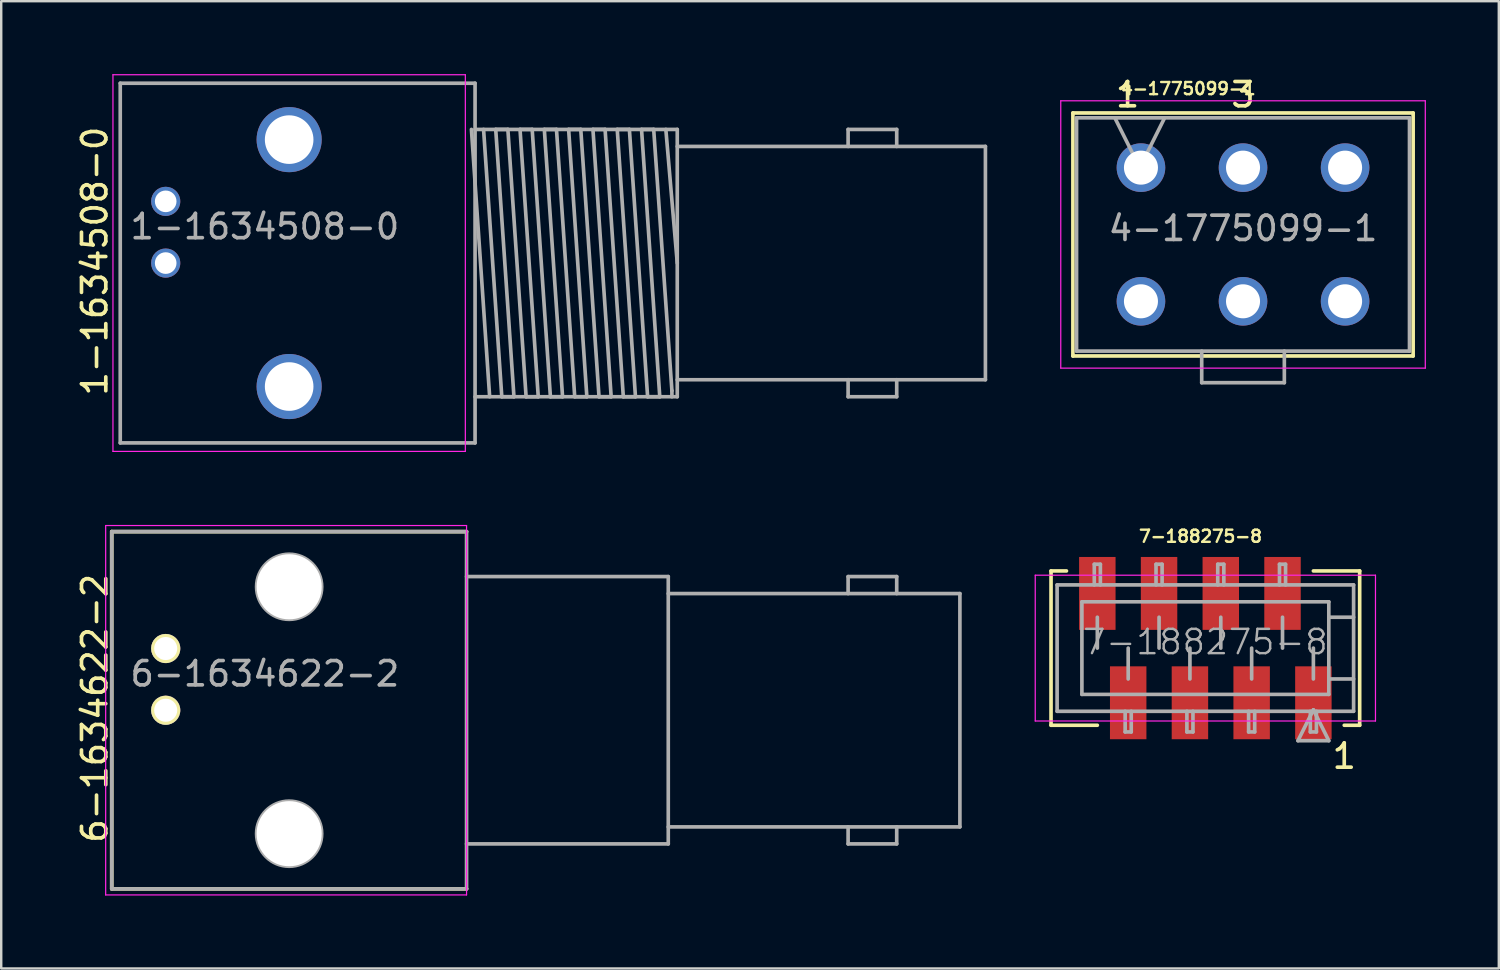
<source format=kicad_pcb>
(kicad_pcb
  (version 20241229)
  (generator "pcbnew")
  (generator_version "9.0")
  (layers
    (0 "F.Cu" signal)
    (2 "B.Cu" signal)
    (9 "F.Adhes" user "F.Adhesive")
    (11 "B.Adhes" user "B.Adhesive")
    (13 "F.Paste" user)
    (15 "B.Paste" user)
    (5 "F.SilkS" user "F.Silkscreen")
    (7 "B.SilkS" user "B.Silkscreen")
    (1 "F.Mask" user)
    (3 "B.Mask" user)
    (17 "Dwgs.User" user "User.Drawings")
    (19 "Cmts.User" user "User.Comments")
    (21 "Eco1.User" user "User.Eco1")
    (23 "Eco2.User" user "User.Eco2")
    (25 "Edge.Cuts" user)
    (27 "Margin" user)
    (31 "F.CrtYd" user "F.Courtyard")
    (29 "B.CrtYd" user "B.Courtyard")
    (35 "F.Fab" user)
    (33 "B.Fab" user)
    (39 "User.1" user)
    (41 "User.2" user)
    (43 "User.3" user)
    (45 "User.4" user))
  (footprint "4-1775099-1"
    (layer "F.Cu")
    (at 48.098 6.598)
    (property "Reference" "4-1775099-1" (at -2.25 -6 0) (layer "F.SilkS") (effects (font (size 0.5 0.5) (thickness 0.1))))
    (attr through_hole)
    (fp_line (start -7 -5) (end -7 5) (stroke (width 0.15) (type solid)) (layer "F.SilkS"))
    (fp_line (start -7 -5) (end 7 -5) (stroke (width 0.15) (type solid)) (layer "F.SilkS"))
    (fp_line (start -7 5) (end 7 5) (stroke (width 0.15) (type solid)) (layer "F.SilkS"))
    (fp_line (start 7 -5) (end 7 5) (stroke (width 0.15) (type solid)) (layer "F.SilkS"))
    (fp_line (start -7.5 -5.5) (end -7.5 5.5) (stroke (width 0.05) (type solid)) (layer "F.CrtYd"))
    (fp_line (start -7.5 5.5) (end 7.5 5.5) (stroke (width 0.05) (type solid)) (layer "F.CrtYd"))
    (fp_line (start 7.5 -5.5) (end -7.5 -5.5) (stroke (width 0.05) (type solid)) (layer "F.CrtYd"))
    (fp_line (start 7.5 5.5) (end 7.5 -5.5) (stroke (width 0.05) (type solid)) (layer "F.CrtYd"))
    (fp_line (start -6.85 -4.8) (end -6.85 4.8) (stroke (width 0.15) (type solid)) (layer "F.Fab"))
    (fp_line (start -6.85 4.8) (end 6.85 4.8) (stroke (width 0.15) (type solid)) (layer "F.Fab"))
    (fp_line (start -5.25 -4.75) (end -3.25 -4.75) (stroke (width 0.01) (type solid)) (layer "F.Fab"))
    (fp_line (start -4.25 -2.75) (end -5.25 -4.75) (stroke (width 0.15) (type solid)) (layer "F.Fab"))
    (fp_line (start -3.25 -4.75) (end -4.25 -2.75) (stroke (width 0.15) (type solid)) (layer "F.Fab"))
    (fp_line (start -1.7 4.8) (end -1.7 6.1) (stroke (width 0.15) (type solid)) (layer "F.Fab"))
    (fp_line (start -1.7 6.1) (end 1.7 6.1) (stroke (width 0.15) (type solid)) (layer "F.Fab"))
    (fp_line (start 1.7 4.8) (end 1.7 6.1) (stroke (width 0.15) (type solid)) (layer "F.Fab"))
    (fp_line (start 6.85 -4.8) (end -6.85 -4.8) (stroke (width 0.15) (type solid)) (layer "F.Fab"))
    (fp_line (start 6.85 -4.8) (end 6.85 4.8) (stroke (width 0.15) (type solid)) (layer "F.Fab"))
    (fp_text user "3" (at 0 -5.75 0) (layer "F.SilkS") (effects (font (size 1 1) (thickness 0.15))))
    (fp_text user "1" (at -4.75 -5.75 0) (layer "F.SilkS") (effects (font (size 1 1) (thickness 0.15))))
    (fp_text user "${REFERENCE}" (at 0 -0.25 0) (layer "F.Fab") (effects (font (size 1 1) (thickness 0.15))))
    (pad "1" thru_hole circle (at -4.2 -2.75) (size 2 2) (drill 1.4) (layers "*.Cu" "B.Mask"))
    (pad "2" thru_hole circle (at -4.2 2.75) (size 2 2) (drill 1.4) (layers "*.Cu" "B.Mask"))
    (pad "3" thru_hole circle (at 0 -2.75) (size 2 2) (drill 1.4) (layers "*.Cu" "B.Mask"))
    (pad "4" thru_hole circle (at 0 2.75) (size 2 2) (drill 1.4) (layers "*.Cu" "B.Mask"))
    (pad "5" thru_hole circle (at 4.2 -2.75) (size 2 2) (drill 1.4) (layers "*.Cu" "B.Mask"))
    (pad "6" thru_hole circle (at 4.2 2.75) (size 2 2) (drill 1.4) (layers "*.Cu" "B.Mask")))
  (footprint "6-1634622-2"
    (layer "F.Cu")
    (at 8.848 26.175)
    (property "Reference" "6-1634622-2" (at -8 -0.08 90) (layer "F.SilkS") (effects (font (size 1 1) (thickness 0.15))))
    (attr through_hole)
    (fp_line (start -7.3 -7.35) (end -7.3 7.35) (stroke (width 0.15) (type solid)) (layer "F.SilkS"))
    (fp_line (start -7.3 -7.35) (end 7.3 -7.35) (stroke (width 0.15) (type solid)) (layer "F.SilkS"))
    (fp_line (start -7.3 7.35) (end 7.3 7.35) (stroke (width 0.15) (type solid)) (layer "F.SilkS"))
    (fp_line (start -7.55 -7.6) (end -7.55 7.6) (stroke (width 0.05) (type solid)) (layer "F.CrtYd"))
    (fp_line (start -7.55 7.6) (end 7.3 7.6) (stroke (width 0.05) (type solid)) (layer "F.CrtYd"))
    (fp_line (start 7.3 -7.6) (end -7.55 -7.6) (stroke (width 0.05) (type solid)) (layer "F.CrtYd"))
    (fp_line (start 7.3 7.6) (end 7.3 -7.6) (stroke (width 0.05) (type solid)) (layer "F.CrtYd"))
    (fp_line (start -7.3 -7.35) (end -7.3 7.35) (stroke (width 0.15) (type solid)) (layer "F.Fab"))
    (fp_line (start -7.3 7.35) (end 7.3 7.35) (stroke (width 0.15) (type solid)) (layer "F.Fab"))
    (fp_line (start 7.3 -7.35) (end -7.3 -7.35) (stroke (width 0.15) (type solid)) (layer "F.Fab"))
    (fp_line (start 7.3 -7.35) (end 7.3 7.35) (stroke (width 0.15) (type solid)) (layer "F.Fab"))
    (fp_line (start 15.6 -5.5) (end 7.3 -5.5) (stroke (width 0.15) (type solid)) (layer "F.Fab"))
    (fp_line (start 15.6 -5.5) (end 15.6 5.5) (stroke (width 0.15) (type solid)) (layer "F.Fab"))
    (fp_line (start 15.6 -4.8) (end 27.6 -4.8) (stroke (width 0.15) (type solid)) (layer "F.Fab"))
    (fp_line (start 15.6 4.8) (end 27.6 4.8) (stroke (width 0.15) (type solid)) (layer "F.Fab"))
    (fp_line (start 15.6 5.5) (end 7.3 5.5) (stroke (width 0.15) (type solid)) (layer "F.Fab"))
    (fp_line (start 23 -5.5) (end 25 -5.5) (stroke (width 0.15) (type solid)) (layer "F.Fab"))
    (fp_line (start 23 -4.8) (end 23 -5.5) (stroke (width 0.15) (type solid)) (layer "F.Fab"))
    (fp_line (start 23 4.8) (end 23 5.5) (stroke (width 0.15) (type solid)) (layer "F.Fab"))
    (fp_line (start 23 5.5) (end 25 5.5) (stroke (width 0.15) (type solid)) (layer "F.Fab"))
    (fp_line (start 25 -5.5) (end 25 -4.8) (stroke (width 0.15) (type solid)) (layer "F.Fab"))
    (fp_line (start 25 5.5) (end 25 4.8) (stroke (width 0.15) (type solid)) (layer "F.Fab"))
    (fp_line (start 27.6 -4.8) (end 27.6 4.8) (stroke (width 0.15) (type solid)) (layer "F.Fab"))
    (fp_circle (center 0 -5.08) (end 0 -3.74) (stroke (width 0.15) (type solid)) (fill no) (layer "F.Fab"))
    (fp_circle (center 0 5.08) (end 0 3.74) (stroke (width 0.15) (type solid)) (fill no) (layer "F.Fab"))
    (fp_text user "${REFERENCE}" (at -1 -1.5 0) (layer "F.Fab") (effects (font (size 1 1) (thickness 0.15))))
    (pad "" np_thru_hole circle (at 0 -5.08) (size 2.68 2.68) (drill 2.68) (layers "*.Cu" "*.Mask" "F.SilkS"))
    (pad "" np_thru_hole circle (at 0 5.08) (size 2.68 2.68) (drill 2.68) (layers "*.Cu" "*.Mask" "F.SilkS"))
    (pad "1" thru_hole circle (at -5.08 0) (size 1.2 1.2) (drill 0.95) (layers "*.Cu" "*.Mask" "F.SilkS"))
    (pad "2" thru_hole circle (at -5.08 -2.54) (size 1.2 1.2) (drill 0.95) (layers "*.Cu" "*.Mask" "F.SilkS")))
  (footprint "7-188275-8"
    (layer "F.Cu")
    (at 46.548 23.618)
    (property "Reference" "7-188275-8" (at -0.2 -4.6 0) (layer "F.SilkS") (effects (font (size 0.5 0.5) (thickness 0.1))))
    (attr smd)
    (fp_line (start -6.35 -3.175) (end -6.35 3.175) (stroke (width 0.15) (type solid)) (layer "F.SilkS"))
    (fp_line (start -6.35 3.175) (end -4.445 3.175) (stroke (width 0.15) (type solid)) (layer "F.SilkS"))
    (fp_line (start -5.715 -3.175) (end -6.35 -3.175) (stroke (width 0.15) (type solid)) (layer "F.SilkS"))
    (fp_line (start 4.445 -3.175) (end 6.35 -3.175) (stroke (width 0.15) (type solid)) (layer "F.SilkS"))
    (fp_line (start 6.35 -3.175) (end 6.35 3.175) (stroke (width 0.15) (type solid)) (layer "F.SilkS"))
    (fp_line (start 6.35 3.175) (end 5.715 3.175) (stroke (width 0.15) (type solid)) (layer "F.SilkS"))
    (fp_line (start -7 -3) (end -7 3) (stroke (width 0.05) (type solid)) (layer "F.CrtYd"))
    (fp_line (start -7 3) (end 7 3) (stroke (width 0.05) (type solid)) (layer "F.CrtYd"))
    (fp_line (start 7 -3) (end -7 -3) (stroke (width 0.05) (type solid)) (layer "F.CrtYd"))
    (fp_line (start 7 -3) (end 7 3) (stroke (width 0.05) (type solid)) (layer "F.CrtYd"))
    (fp_line (start -6.1 -2.6) (end -6.1 2.6) (stroke (width 0.15) (type solid)) (layer "F.Fab"))
    (fp_line (start -6.1 -2.6) (end 6.1 -2.6) (stroke (width 0.15) (type solid)) (layer "F.Fab"))
    (fp_line (start -6.1 2.6) (end 6.1 2.6) (stroke (width 0.15) (type solid)) (layer "F.Fab"))
    (fp_line (start -5.08 -1.905) (end -5.08 1.905) (stroke (width 0.15) (type solid)) (layer "F.Fab"))
    (fp_line (start -5.08 1.905) (end 5.08 1.905) (stroke (width 0.15) (type solid)) (layer "F.Fab"))
    (fp_line (start -4.57 -3.45) (end -4.57 -2.6) (stroke (width 0.15) (type solid)) (layer "F.Fab"))
    (fp_line (start -4.57 -3.45) (end -4.32 -3.45) (stroke (width 0.15) (type solid)) (layer "F.Fab"))
    (fp_line (start -4.445 0) (end -4.445 -1.27) (stroke (width 0.15) (type solid)) (layer "F.Fab"))
    (fp_line (start -4.32 -2.6) (end -4.32 -3.45) (stroke (width 0.15) (type solid)) (layer "F.Fab"))
    (fp_line (start -3.3 2.6) (end -3.3 3.45) (stroke (width 0.15) (type solid)) (layer "F.Fab"))
    (fp_line (start -3.175 1.27) (end -3.175 0) (stroke (width 0.15) (type solid)) (layer "F.Fab"))
    (fp_line (start -3.05 3.45) (end -3.3 3.45) (stroke (width 0.15) (type solid)) (layer "F.Fab"))
    (fp_line (start -3.05 3.45) (end -3.05 2.6) (stroke (width 0.15) (type solid)) (layer "F.Fab"))
    (fp_line (start -2.03 -3.45) (end -2.03 -2.6) (stroke (width 0.15) (type solid)) (layer "F.Fab"))
    (fp_line (start -2.03 -3.45) (end -1.78 -3.45) (stroke (width 0.15) (type solid)) (layer "F.Fab"))
    (fp_line (start -1.905 -1.27) (end -1.905 0) (stroke (width 0.15) (type solid)) (layer "F.Fab"))
    (fp_line (start -1.78 -2.6) (end -1.78 -3.45) (stroke (width 0.15) (type solid)) (layer "F.Fab"))
    (fp_line (start -0.76 2.6) (end -0.76 3.45) (stroke (width 0.15) (type solid)) (layer "F.Fab"))
    (fp_line (start -0.635 1.27) (end -0.635 0) (stroke (width 0.15) (type solid)) (layer "F.Fab"))
    (fp_line (start -0.51 3.45) (end -0.76 3.45) (stroke (width 0.15) (type solid)) (layer "F.Fab"))
    (fp_line (start -0.51 3.45) (end -0.51 2.6) (stroke (width 0.15) (type solid)) (layer "F.Fab"))
    (fp_line (start 0.51 -3.45) (end 0.51 -2.6) (stroke (width 0.15) (type solid)) (layer "F.Fab"))
    (fp_line (start 0.51 -3.45) (end 0.76 -3.45) (stroke (width 0.15) (type solid)) (layer "F.Fab"))
    (fp_line (start 0.635 -1.27) (end 0.635 0) (stroke (width 0.15) (type solid)) (layer "F.Fab"))
    (fp_line (start 0.76 -2.6) (end 0.76 -3.45) (stroke (width 0.15) (type solid)) (layer "F.Fab"))
    (fp_line (start 1.78 2.6) (end 1.78 3.45) (stroke (width 0.15) (type solid)) (layer "F.Fab"))
    (fp_line (start 1.905 1.27) (end 1.905 0) (stroke (width 0.15) (type solid)) (layer "F.Fab"))
    (fp_line (start 2.03 3.45) (end 1.78 3.45) (stroke (width 0.15) (type solid)) (layer "F.Fab"))
    (fp_line (start 2.03 3.45) (end 2.03 2.6) (stroke (width 0.15) (type solid)) (layer "F.Fab"))
    (fp_line (start 3.05 -3.45) (end 3.05 -2.6) (stroke (width 0.15) (type solid)) (layer "F.Fab"))
    (fp_line (start 3.05 -3.45) (end 3.3 -3.45) (stroke (width 0.15) (type solid)) (layer "F.Fab"))
    (fp_line (start 3.175 -1.27) (end 3.175 0) (stroke (width 0.15) (type solid)) (layer "F.Fab"))
    (fp_line (start 3.3 -2.6) (end 3.3 -3.45) (stroke (width 0.15) (type solid)) (layer "F.Fab"))
    (fp_line (start 3.81 3.81) (end 5.08 3.81) (stroke (width 0.15) (type solid)) (layer "F.Fab"))
    (fp_line (start 4.32 2.6) (end 4.32 3.45) (stroke (width 0.15) (type solid)) (layer "F.Fab"))
    (fp_line (start 4.445 1.27) (end 4.445 0) (stroke (width 0.15) (type solid)) (layer "F.Fab"))
    (fp_line (start 4.445 2.54) (end 3.81 3.81) (stroke (width 0.15) (type solid)) (layer "F.Fab"))
    (fp_line (start 4.57 3.45) (end 4.32 3.45) (stroke (width 0.15) (type solid)) (layer "F.Fab"))
    (fp_line (start 4.57 3.45) (end 4.57 2.6) (stroke (width 0.15) (type solid)) (layer "F.Fab"))
    (fp_line (start 5.08 -1.905) (end -5.08 -1.905) (stroke (width 0.15) (type solid)) (layer "F.Fab"))
    (fp_line (start 5.08 -1.905) (end 5.08 -1.27) (stroke (width 0.15) (type solid)) (layer "F.Fab"))
    (fp_line (start 5.08 -1.27) (end 5.08 1.27) (stroke (width 0.15) (type solid)) (layer "F.Fab"))
    (fp_line (start 5.08 1.27) (end 6.1 1.27) (stroke (width 0.15) (type solid)) (layer "F.Fab"))
    (fp_line (start 5.08 1.905) (end 5.08 1.27) (stroke (width 0.15) (type solid)) (layer "F.Fab"))
    (fp_line (start 5.08 3.81) (end 4.445 2.54) (stroke (width 0.15) (type solid)) (layer "F.Fab"))
    (fp_line (start 6.1 -2.6) (end 6.1 2.6) (stroke (width 0.15) (type solid)) (layer "F.Fab"))
    (fp_line (start 6.1 -1.27) (end 5.08 -1.27) (stroke (width 0.15) (type solid)) (layer "F.Fab"))
    (fp_text user "1" (at 5.715 4.445 0) (layer "F.SilkS") (effects (font (size 1 1) (thickness 0.15))))
    (fp_text user "${REFERENCE}" (at 0 -0.25 0) (layer "F.Fab") (effects (font (size 1 1) (thickness 0.1))))
    (pad "1" smd rect (at 4.445 2.25) (size 1.5 3) (layers "F.Cu" "F.Mask" "F.Paste"))
    (pad "2" smd rect (at 3.175 -2.25) (size 1.5 3) (layers "F.Cu" "F.Mask" "F.Paste"))
    (pad "3" smd rect (at 1.905 2.25) (size 1.5 3) (layers "F.Cu" "F.Mask" "F.Paste"))
    (pad "4" smd rect (at 0.635 -2.25) (size 1.5 3) (layers "F.Cu" "F.Mask" "F.Paste"))
    (pad "5" smd rect (at -0.635 2.25) (size 1.5 3) (layers "F.Cu" "F.Mask" "F.Paste"))
    (pad "6" smd rect (at -1.905 -2.25) (size 1.5 3) (layers "F.Cu" "F.Mask" "F.Paste"))
    (pad "7" smd rect (at -3.175 2.25) (size 1.5 3) (layers "F.Cu" "F.Mask" "F.Paste"))
    (pad "8" smd rect (at -4.445 -2.25) (size 1.5 3) (layers "F.Cu" "F.Mask" "F.Paste")))
  (footprint "1-1634508-0"
    (layer "F.Cu")
    (at 8.848 7.775)
    (property "Reference" "1-1634508-0" (at -8 -0.08 90) (layer "F.SilkS") (effects (font (size 1 1) (thickness 0.15))))
    (attr through_hole)
    (fp_line (start -7.25 -7.75) (end -7.25 7.75) (stroke (width 0.05) (type solid)) (layer "F.CrtYd"))
    (fp_line (start -7.25 7.75) (end 7.25 7.75) (stroke (width 0.05) (type solid)) (layer "F.CrtYd"))
    (fp_line (start 7.25 -7.75) (end -7.25 -7.75) (stroke (width 0.05) (type solid)) (layer "F.CrtYd"))
    (fp_line (start 7.25 7.75) (end 7.25 -7.75) (stroke (width 0.05) (type solid)) (layer "F.CrtYd"))
    (fp_line (start -6.95 -7.4) (end -6.95 7.4) (stroke (width 0.15) (type solid)) (layer "F.Fab"))
    (fp_line (start -6.95 7.4) (end 7.65 7.4) (stroke (width 0.15) (type solid)) (layer "F.Fab"))
    (fp_line (start 7.65 -7.4) (end -6.95 -7.4) (stroke (width 0.15) (type solid)) (layer "F.Fab"))
    (fp_line (start 7.65 -7.4) (end 7.65 7.4) (stroke (width 0.15) (type solid)) (layer "F.Fab"))
    (fp_line (start 8 -5.5) (end 8.75 5.5) (stroke (width 0.15) (type solid)) (layer "F.Fab"))
    (fp_line (start 8.25 5.5) (end 7.5 -5.5) (stroke (width 0.15) (type solid)) (layer "F.Fab"))
    (fp_line (start 8.5 -5.5) (end 9 -5.5) (stroke (width 0.15) (type solid)) (layer "F.Fab"))
    (fp_line (start 8.75 5.5) (end 9.25 5.5) (stroke (width 0.15) (type solid)) (layer "F.Fab"))
    (fp_line (start 9 -5.5) (end 9.75 5.5) (stroke (width 0.15) (type solid)) (layer "F.Fab"))
    (fp_line (start 9.25 5.5) (end 8.5 -5.5) (stroke (width 0.15) (type solid)) (layer "F.Fab"))
    (fp_line (start 9.5 -5.5) (end 10 -5.5) (stroke (width 0.15) (type solid)) (layer "F.Fab"))
    (fp_line (start 9.75 5.5) (end 10.25 5.5) (stroke (width 0.15) (type solid)) (layer "F.Fab"))
    (fp_line (start 10 -5.5) (end 10.75 5.5) (stroke (width 0.15) (type solid)) (layer "F.Fab"))
    (fp_line (start 10.25 5.5) (end 9.5 -5.5) (stroke (width 0.15) (type solid)) (layer "F.Fab"))
    (fp_line (start 10.5 -5.5) (end 11 -5.5) (stroke (width 0.15) (type solid)) (layer "F.Fab"))
    (fp_line (start 10.75 5.5) (end 11.25 5.5) (stroke (width 0.15) (type solid)) (layer "F.Fab"))
    (fp_line (start 11 -5.5) (end 11.75 5.5) (stroke (width 0.15) (type solid)) (layer "F.Fab"))
    (fp_line (start 11.25 5.5) (end 10.5 -5.5) (stroke (width 0.15) (type solid)) (layer "F.Fab"))
    (fp_line (start 11.5 -5.5) (end 12 -5.5) (stroke (width 0.15) (type solid)) (layer "F.Fab"))
    (fp_line (start 11.75 5.5) (end 12.25 5.5) (stroke (width 0.15) (type solid)) (layer "F.Fab"))
    (fp_line (start 12 -5.5) (end 12.75 5.5) (stroke (width 0.15) (type solid)) (layer "F.Fab"))
    (fp_line (start 12.25 5.5) (end 11.5 -5.5) (stroke (width 0.15) (type solid)) (layer "F.Fab"))
    (fp_line (start 12.5 -5.5) (end 13 -5.5) (stroke (width 0.15) (type solid)) (layer "F.Fab"))
    (fp_line (start 12.75 5.5) (end 13.25 5.5) (stroke (width 0.15) (type solid)) (layer "F.Fab"))
    (fp_line (start 13 -5.5) (end 13.75 5.5) (stroke (width 0.15) (type solid)) (layer "F.Fab"))
    (fp_line (start 13.25 5.5) (end 12.5 -5.5) (stroke (width 0.15) (type solid)) (layer "F.Fab"))
    (fp_line (start 13.5 -5.5) (end 14 -5.5) (stroke (width 0.15) (type solid)) (layer "F.Fab"))
    (fp_line (start 13.75 5.5) (end 14.25 5.5) (stroke (width 0.15) (type solid)) (layer "F.Fab"))
    (fp_line (start 14 -5.5) (end 14.75 5.5) (stroke (width 0.15) (type solid)) (layer "F.Fab"))
    (fp_line (start 14.25 5.5) (end 13.5 -5.5) (stroke (width 0.15) (type solid)) (layer "F.Fab"))
    (fp_line (start 14.5 -5.5) (end 15 -5.5) (stroke (width 0.15) (type solid)) (layer "F.Fab"))
    (fp_line (start 14.75 5.5) (end 15.25 5.5) (stroke (width 0.15) (type solid)) (layer "F.Fab"))
    (fp_line (start 15 -5.5) (end 15.75 5.25) (stroke (width 0.15) (type solid)) (layer "F.Fab"))
    (fp_line (start 15.25 5.5) (end 14.5 -5.5) (stroke (width 0.15) (type solid)) (layer "F.Fab"))
    (fp_line (start 15.75 5.25) (end 15.75 5.5) (stroke (width 0.15) (type solid)) (layer "F.Fab"))
    (fp_line (start 15.97 -5.5) (end 7.65 -5.5) (stroke (width 0.15) (type solid)) (layer "F.Fab"))
    (fp_line (start 15.97 -5.5) (end 15.97 5.5) (stroke (width 0.15) (type solid)) (layer "F.Fab"))
    (fp_line (start 15.97 -4.8) (end 28.65 -4.8) (stroke (width 0.15) (type solid)) (layer "F.Fab"))
    (fp_line (start 15.97 0) (end 15.5 -5.5) (stroke (width 0.15) (type solid)) (layer "F.Fab"))
    (fp_line (start 15.97 4.8) (end 28.65 4.8) (stroke (width 0.15) (type solid)) (layer "F.Fab"))
    (fp_line (start 15.97 5.5) (end 7.65 5.5) (stroke (width 0.15) (type solid)) (layer "F.Fab"))
    (fp_line (start 23 -5.5) (end 25 -5.5) (stroke (width 0.15) (type solid)) (layer "F.Fab"))
    (fp_line (start 23 -4.8) (end 23 -5.5) (stroke (width 0.15) (type solid)) (layer "F.Fab"))
    (fp_line (start 23 4.8) (end 23 5.5) (stroke (width 0.15) (type solid)) (layer "F.Fab"))
    (fp_line (start 23 5.5) (end 25 5.5) (stroke (width 0.15) (type solid)) (layer "F.Fab"))
    (fp_line (start 25 -5.5) (end 25 -4.8) (stroke (width 0.15) (type solid)) (layer "F.Fab"))
    (fp_line (start 25 5.5) (end 25 4.8) (stroke (width 0.15) (type solid)) (layer "F.Fab"))
    (fp_line (start 28.65 -4.8) (end 28.65 4.8) (stroke (width 0.15) (type solid)) (layer "F.Fab"))
    (fp_text user "${REFERENCE}" (at -1 -1.5 0) (layer "F.Fab") (effects (font (size 1 1) (thickness 0.15))))
    (pad "1" thru_hole circle (at -5.08 0) (size 1.2 1.2) (drill 0.89) (layers "*.Cu" "*.Mask"))
    (pad "2" thru_hole circle (at -5.08 -2.54) (size 1.2 1.2) (drill 0.89) (layers "*.Cu" "*.Mask"))
    (pad "3" thru_hole circle (at 0 -5.08) (size 2.68 2.68) (drill 2) (layers "*.Cu" "*.Mask"))
    (pad "4" thru_hole circle (at 0 5.08) (size 2.68 2.68) (drill 2) (layers "*.Cu" "*.Mask")))
  (gr_rect
    (start -3 -3)
    (end 58.623 36.8)
    (stroke (width 0.1) (type default))
    (fill no)
    (layer "Edge.Cuts")))
</source>
